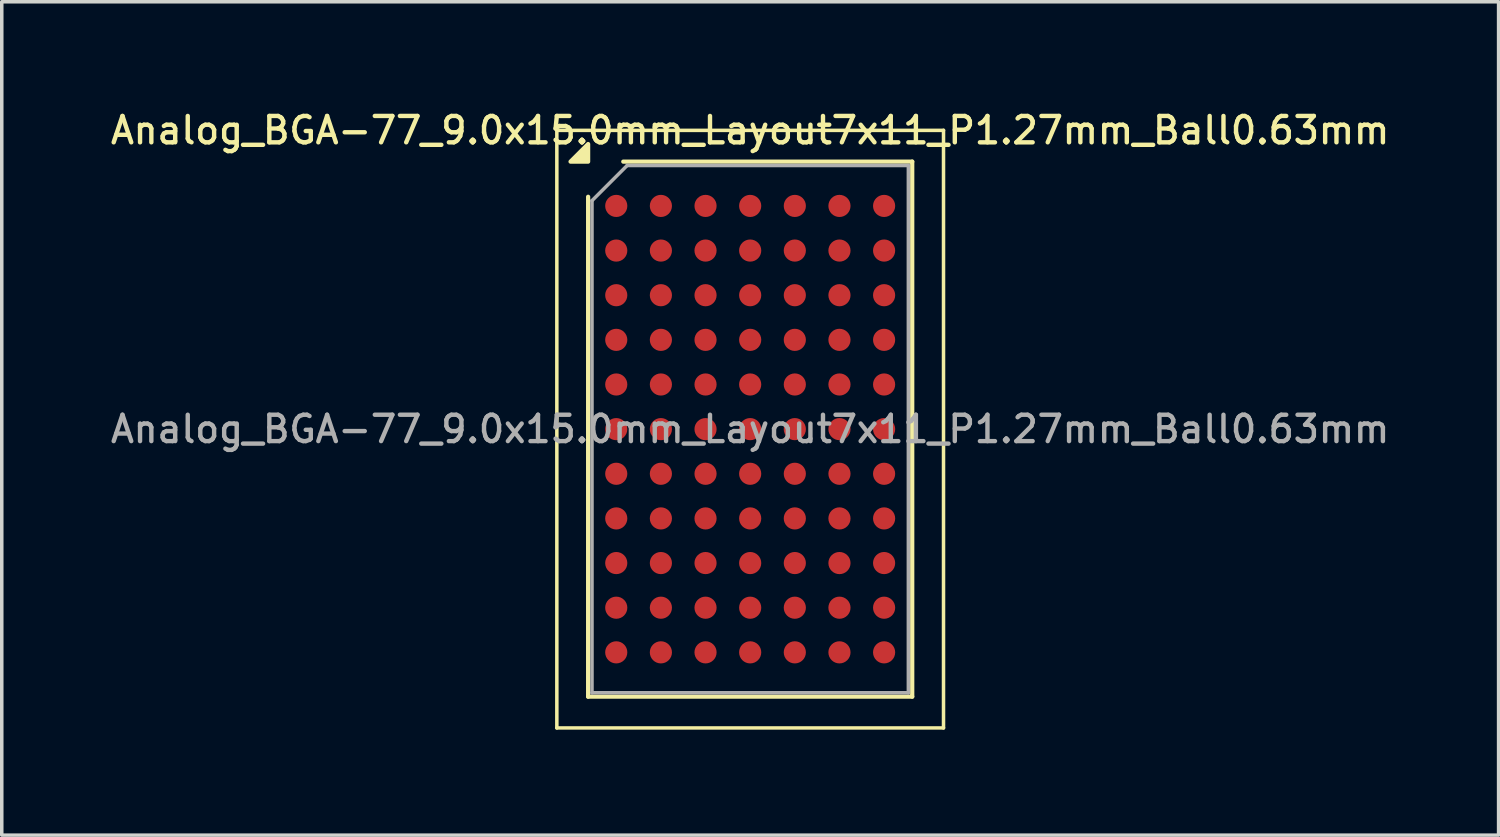
<source format=kicad_pcb>
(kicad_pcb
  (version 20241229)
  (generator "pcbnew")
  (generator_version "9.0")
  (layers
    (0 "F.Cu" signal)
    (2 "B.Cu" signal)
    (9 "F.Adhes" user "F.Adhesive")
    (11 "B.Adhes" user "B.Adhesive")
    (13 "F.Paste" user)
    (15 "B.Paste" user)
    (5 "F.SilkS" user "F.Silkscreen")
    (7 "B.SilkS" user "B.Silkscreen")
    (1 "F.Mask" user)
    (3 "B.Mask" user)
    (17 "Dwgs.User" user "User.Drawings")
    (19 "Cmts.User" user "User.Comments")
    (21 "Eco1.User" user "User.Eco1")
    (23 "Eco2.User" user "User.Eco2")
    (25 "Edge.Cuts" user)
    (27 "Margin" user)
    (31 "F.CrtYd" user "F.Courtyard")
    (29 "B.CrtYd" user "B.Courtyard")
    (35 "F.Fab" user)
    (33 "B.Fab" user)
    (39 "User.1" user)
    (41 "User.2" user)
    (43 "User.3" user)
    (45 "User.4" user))
  (footprint "Analog_BGA-77_9.0x15.0mm_Layout7x11_P1.27mm_Ball0.63mm"
    (layer "F.Cu")
    (at 18.291 9.158)
    (property "Reference" "Analog_BGA-77_9.0x15.0mm_Layout7x11_P1.27mm_Ball0.63mm" (at 0 -8.5 0) (layer "F.SilkS") (effects (font (size 0.75 0.75) (thickness 0.125))))
    (attr smd)
    (fp_line (start -5.5 -8.5) (end -5.5 8.5) (stroke (width 0.1) (type solid)) (layer "F.SilkS"))
    (fp_line (start -5.5 8.5) (end 5.5 8.5) (stroke (width 0.1) (type solid)) (layer "F.SilkS"))
    (fp_line (start -4.61 7.61) (end -4.61 -6.61) (stroke (width 0.12) (type solid)) (layer "F.SilkS"))
    (fp_line (start -3.61 -7.61) (end 4.61 -7.61) (stroke (width 0.12) (type solid)) (layer "F.SilkS"))
    (fp_line (start 4.61 -7.61) (end 4.61 7.61) (stroke (width 0.12) (type solid)) (layer "F.SilkS"))
    (fp_line (start 4.61 7.61) (end -4.61 7.61) (stroke (width 0.12) (type solid)) (layer "F.SilkS"))
    (fp_line (start 5.5 -8.5) (end -5.5 -8.5) (stroke (width 0.1) (type solid)) (layer "F.SilkS"))
    (fp_line (start 5.5 8.5) (end 5.5 -8.5) (stroke (width 0.1) (type solid)) (layer "F.SilkS"))
    (fp_poly (pts (xy -4.61 -7.61) (xy -5.11 -7.61) (xy -4.61 -8.11) (xy -4.61 -7.61)) (stroke (width 0.12) (type solid)) (fill yes) (layer "F.SilkS"))
    (fp_line (start -4.5 -6.5) (end -3.5 -7.5) (stroke (width 0.1) (type solid)) (layer "F.Fab"))
    (fp_line (start -4.5 7.5) (end -4.5 -6.5) (stroke (width 0.1) (type solid)) (layer "F.Fab"))
    (fp_line (start -3.5 -7.5) (end 4.5 -7.5) (stroke (width 0.1) (type solid)) (layer "F.Fab"))
    (fp_line (start 4.5 -7.5) (end 4.5 7.5) (stroke (width 0.1) (type solid)) (layer "F.Fab"))
    (fp_line (start 4.5 7.5) (end -4.5 7.5) (stroke (width 0.1) (type solid)) (layer "F.Fab"))
    (fp_text user "${REFERENCE}" (at 0 0 0) (layer "F.Fab") (effects (font (size 0.75 0.75) (thickness 0.125))))
    (pad "A1" smd circle (at -3.81 -6.35) (size 0.63 0.63) (property pad_prop_bga) (layers "F.Cu" "F.Mask" "F.Paste"))
    (pad "A2" smd circle (at -2.54 -6.35) (size 0.63 0.63) (property pad_prop_bga) (layers "F.Cu" "F.Mask" "F.Paste"))
    (pad "A3" smd circle (at -1.27 -6.35) (size 0.63 0.63) (property pad_prop_bga) (layers "F.Cu" "F.Mask" "F.Paste"))
    (pad "A4" smd circle (at 0 -6.35) (size 0.63 0.63) (property pad_prop_bga) (layers "F.Cu" "F.Mask" "F.Paste"))
    (pad "A5" smd circle (at 1.27 -6.35) (size 0.63 0.63) (property pad_prop_bga) (layers "F.Cu" "F.Mask" "F.Paste"))
    (pad "A6" smd circle (at 2.54 -6.35) (size 0.63 0.63) (property pad_prop_bga) (layers "F.Cu" "F.Mask" "F.Paste"))
    (pad "A7" smd circle (at 3.81 -6.35) (size 0.63 0.63) (property pad_prop_bga) (layers "F.Cu" "F.Mask" "F.Paste"))
    (pad "B1" smd circle (at -3.81 -5.08) (size 0.63 0.63) (property pad_prop_bga) (layers "F.Cu" "F.Mask" "F.Paste"))
    (pad "B2" smd circle (at -2.54 -5.08) (size 0.63 0.63) (property pad_prop_bga) (layers "F.Cu" "F.Mask" "F.Paste"))
    (pad "B3" smd circle (at -1.27 -5.08) (size 0.63 0.63) (property pad_prop_bga) (layers "F.Cu" "F.Mask" "F.Paste"))
    (pad "B4" smd circle (at 0 -5.08) (size 0.63 0.63) (property pad_prop_bga) (layers "F.Cu" "F.Mask" "F.Paste"))
    (pad "B5" smd circle (at 1.27 -5.08) (size 0.63 0.63) (property pad_prop_bga) (layers "F.Cu" "F.Mask" "F.Paste"))
    (pad "B6" smd circle (at 2.54 -5.08) (size 0.63 0.63) (property pad_prop_bga) (layers "F.Cu" "F.Mask" "F.Paste"))
    (pad "B7" smd circle (at 3.81 -5.08) (size 0.63 0.63) (property pad_prop_bga) (layers "F.Cu" "F.Mask" "F.Paste"))
    (pad "C1" smd circle (at -3.81 -3.81) (size 0.63 0.63) (property pad_prop_bga) (layers "F.Cu" "F.Mask" "F.Paste"))
    (pad "C2" smd circle (at -2.54 -3.81) (size 0.63 0.63) (property pad_prop_bga) (layers "F.Cu" "F.Mask" "F.Paste"))
    (pad "C3" smd circle (at -1.27 -3.81) (size 0.63 0.63) (property pad_prop_bga) (layers "F.Cu" "F.Mask" "F.Paste"))
    (pad "C4" smd circle (at 0 -3.81) (size 0.63 0.63) (property pad_prop_bga) (layers "F.Cu" "F.Mask" "F.Paste"))
    (pad "C5" smd circle (at 1.27 -3.81) (size 0.63 0.63) (property pad_prop_bga) (layers "F.Cu" "F.Mask" "F.Paste"))
    (pad "C6" smd circle (at 2.54 -3.81) (size 0.63 0.63) (property pad_prop_bga) (layers "F.Cu" "F.Mask" "F.Paste"))
    (pad "C7" smd circle (at 3.81 -3.81) (size 0.63 0.63) (property pad_prop_bga) (layers "F.Cu" "F.Mask" "F.Paste"))
    (pad "D1" smd circle (at -3.81 -2.54) (size 0.63 0.63) (property pad_prop_bga) (layers "F.Cu" "F.Mask" "F.Paste"))
    (pad "D2" smd circle (at -2.54 -2.54) (size 0.63 0.63) (property pad_prop_bga) (layers "F.Cu" "F.Mask" "F.Paste"))
    (pad "D3" smd circle (at -1.27 -2.54) (size 0.63 0.63) (property pad_prop_bga) (layers "F.Cu" "F.Mask" "F.Paste"))
    (pad "D4" smd circle (at 0 -2.54) (size 0.63 0.63) (property pad_prop_bga) (layers "F.Cu" "F.Mask" "F.Paste"))
    (pad "D5" smd circle (at 1.27 -2.54) (size 0.63 0.63) (property pad_prop_bga) (layers "F.Cu" "F.Mask" "F.Paste"))
    (pad "D6" smd circle (at 2.54 -2.54) (size 0.63 0.63) (property pad_prop_bga) (layers "F.Cu" "F.Mask" "F.Paste"))
    (pad "D7" smd circle (at 3.81 -2.54) (size 0.63 0.63) (property pad_prop_bga) (layers "F.Cu" "F.Mask" "F.Paste"))
    (pad "E1" smd circle (at -3.81 -1.27) (size 0.63 0.63) (property pad_prop_bga) (layers "F.Cu" "F.Mask" "F.Paste"))
    (pad "E2" smd circle (at -2.54 -1.27) (size 0.63 0.63) (property pad_prop_bga) (layers "F.Cu" "F.Mask" "F.Paste"))
    (pad "E3" smd circle (at -1.27 -1.27) (size 0.63 0.63) (property pad_prop_bga) (layers "F.Cu" "F.Mask" "F.Paste"))
    (pad "E4" smd circle (at 0 -1.27) (size 0.63 0.63) (property pad_prop_bga) (layers "F.Cu" "F.Mask" "F.Paste"))
    (pad "E5" smd circle (at 1.27 -1.27) (size 0.63 0.63) (property pad_prop_bga) (layers "F.Cu" "F.Mask" "F.Paste"))
    (pad "E6" smd circle (at 2.54 -1.27) (size 0.63 0.63) (property pad_prop_bga) (layers "F.Cu" "F.Mask" "F.Paste"))
    (pad "E7" smd circle (at 3.81 -1.27) (size 0.63 0.63) (property pad_prop_bga) (layers "F.Cu" "F.Mask" "F.Paste"))
    (pad "F1" smd circle (at -3.81 0) (size 0.63 0.63) (property pad_prop_bga) (layers "F.Cu" "F.Mask" "F.Paste"))
    (pad "F2" smd circle (at -2.54 0) (size 0.63 0.63) (property pad_prop_bga) (layers "F.Cu" "F.Mask" "F.Paste"))
    (pad "F3" smd circle (at -1.27 0) (size 0.63 0.63) (property pad_prop_bga) (layers "F.Cu" "F.Mask" "F.Paste"))
    (pad "F4" smd circle (at 0 0) (size 0.63 0.63) (property pad_prop_bga) (layers "F.Cu" "F.Mask" "F.Paste"))
    (pad "F5" smd circle (at 1.27 0) (size 0.63 0.63) (property pad_prop_bga) (layers "F.Cu" "F.Mask" "F.Paste"))
    (pad "F6" smd circle (at 2.54 0) (size 0.63 0.63) (property pad_prop_bga) (layers "F.Cu" "F.Mask" "F.Paste"))
    (pad "F7" smd circle (at 3.81 0) (size 0.63 0.63) (property pad_prop_bga) (layers "F.Cu" "F.Mask" "F.Paste"))
    (pad "G1" smd circle (at -3.81 1.27) (size 0.63 0.63) (property pad_prop_bga) (layers "F.Cu" "F.Mask" "F.Paste"))
    (pad "G2" smd circle (at -2.54 1.27) (size 0.63 0.63) (property pad_prop_bga) (layers "F.Cu" "F.Mask" "F.Paste"))
    (pad "G3" smd circle (at -1.27 1.27) (size 0.63 0.63) (property pad_prop_bga) (layers "F.Cu" "F.Mask" "F.Paste"))
    (pad "G4" smd circle (at 0 1.27) (size 0.63 0.63) (property pad_prop_bga) (layers "F.Cu" "F.Mask" "F.Paste"))
    (pad "G5" smd circle (at 1.27 1.27) (size 0.63 0.63) (property pad_prop_bga) (layers "F.Cu" "F.Mask" "F.Paste"))
    (pad "G6" smd circle (at 2.54 1.27) (size 0.63 0.63) (property pad_prop_bga) (layers "F.Cu" "F.Mask" "F.Paste"))
    (pad "G7" smd circle (at 3.81 1.27) (size 0.63 0.63) (property pad_prop_bga) (layers "F.Cu" "F.Mask" "F.Paste"))
    (pad "H1" smd circle (at -3.81 2.54) (size 0.63 0.63) (property pad_prop_bga) (layers "F.Cu" "F.Mask" "F.Paste"))
    (pad "H2" smd circle (at -2.54 2.54) (size 0.63 0.63) (property pad_prop_bga) (layers "F.Cu" "F.Mask" "F.Paste"))
    (pad "H3" smd circle (at -1.27 2.54) (size 0.63 0.63) (property pad_prop_bga) (layers "F.Cu" "F.Mask" "F.Paste"))
    (pad "H4" smd circle (at 0 2.54) (size 0.63 0.63) (property pad_prop_bga) (layers "F.Cu" "F.Mask" "F.Paste"))
    (pad "H5" smd circle (at 1.27 2.54) (size 0.63 0.63) (property pad_prop_bga) (layers "F.Cu" "F.Mask" "F.Paste"))
    (pad "H6" smd circle (at 2.54 2.54) (size 0.63 0.63) (property pad_prop_bga) (layers "F.Cu" "F.Mask" "F.Paste"))
    (pad "H7" smd circle (at 3.81 2.54) (size 0.63 0.63) (property pad_prop_bga) (layers "F.Cu" "F.Mask" "F.Paste"))
    (pad "J1" smd circle (at -3.81 3.81) (size 0.63 0.63) (property pad_prop_bga) (layers "F.Cu" "F.Mask" "F.Paste"))
    (pad "J2" smd circle (at -2.54 3.81) (size 0.63 0.63) (property pad_prop_bga) (layers "F.Cu" "F.Mask" "F.Paste"))
    (pad "J3" smd circle (at -1.27 3.81) (size 0.63 0.63) (property pad_prop_bga) (layers "F.Cu" "F.Mask" "F.Paste"))
    (pad "J4" smd circle (at 0 3.81) (size 0.63 0.63) (property pad_prop_bga) (layers "F.Cu" "F.Mask" "F.Paste"))
    (pad "J5" smd circle (at 1.27 3.81) (size 0.63 0.63) (property pad_prop_bga) (layers "F.Cu" "F.Mask" "F.Paste"))
    (pad "J6" smd circle (at 2.54 3.81) (size 0.63 0.63) (property pad_prop_bga) (layers "F.Cu" "F.Mask" "F.Paste"))
    (pad "J7" smd circle (at 3.81 3.81) (size 0.63 0.63) (property pad_prop_bga) (layers "F.Cu" "F.Mask" "F.Paste"))
    (pad "K1" smd circle (at -3.81 5.08) (size 0.63 0.63) (property pad_prop_bga) (layers "F.Cu" "F.Mask" "F.Paste"))
    (pad "K2" smd circle (at -2.54 5.08) (size 0.63 0.63) (property pad_prop_bga) (layers "F.Cu" "F.Mask" "F.Paste"))
    (pad "K3" smd circle (at -1.27 5.08) (size 0.63 0.63) (property pad_prop_bga) (layers "F.Cu" "F.Mask" "F.Paste"))
    (pad "K4" smd circle (at 0 5.08) (size 0.63 0.63) (property pad_prop_bga) (layers "F.Cu" "F.Mask" "F.Paste"))
    (pad "K5" smd circle (at 1.27 5.08) (size 0.63 0.63) (property pad_prop_bga) (layers "F.Cu" "F.Mask" "F.Paste"))
    (pad "K6" smd circle (at 2.54 5.08) (size 0.63 0.63) (property pad_prop_bga) (layers "F.Cu" "F.Mask" "F.Paste"))
    (pad "K7" smd circle (at 3.81 5.08) (size 0.63 0.63) (property pad_prop_bga) (layers "F.Cu" "F.Mask" "F.Paste"))
    (pad "L1" smd circle (at -3.81 6.35) (size 0.63 0.63) (property pad_prop_bga) (layers "F.Cu" "F.Mask" "F.Paste"))
    (pad "L2" smd circle (at -2.54 6.35) (size 0.63 0.63) (property pad_prop_bga) (layers "F.Cu" "F.Mask" "F.Paste"))
    (pad "L3" smd circle (at -1.27 6.35) (size 0.63 0.63) (property pad_prop_bga) (layers "F.Cu" "F.Mask" "F.Paste"))
    (pad "L4" smd circle (at 0 6.35) (size 0.63 0.63) (property pad_prop_bga) (layers "F.Cu" "F.Mask" "F.Paste"))
    (pad "L5" smd circle (at 1.27 6.35) (size 0.63 0.63) (property pad_prop_bga) (layers "F.Cu" "F.Mask" "F.Paste"))
    (pad "L6" smd circle (at 2.54 6.35) (size 0.63 0.63) (property pad_prop_bga) (layers "F.Cu" "F.Mask" "F.Paste"))
    (pad "L7" smd circle (at 3.81 6.35) (size 0.63 0.63) (property pad_prop_bga) (layers "F.Cu" "F.Mask" "F.Paste")))
  (gr_rect
    (start -3 -3)
    (end 39.582 20.708)
    (stroke (width 0.1) (type default))
    (fill no)
    (layer "Edge.Cuts")))
</source>
